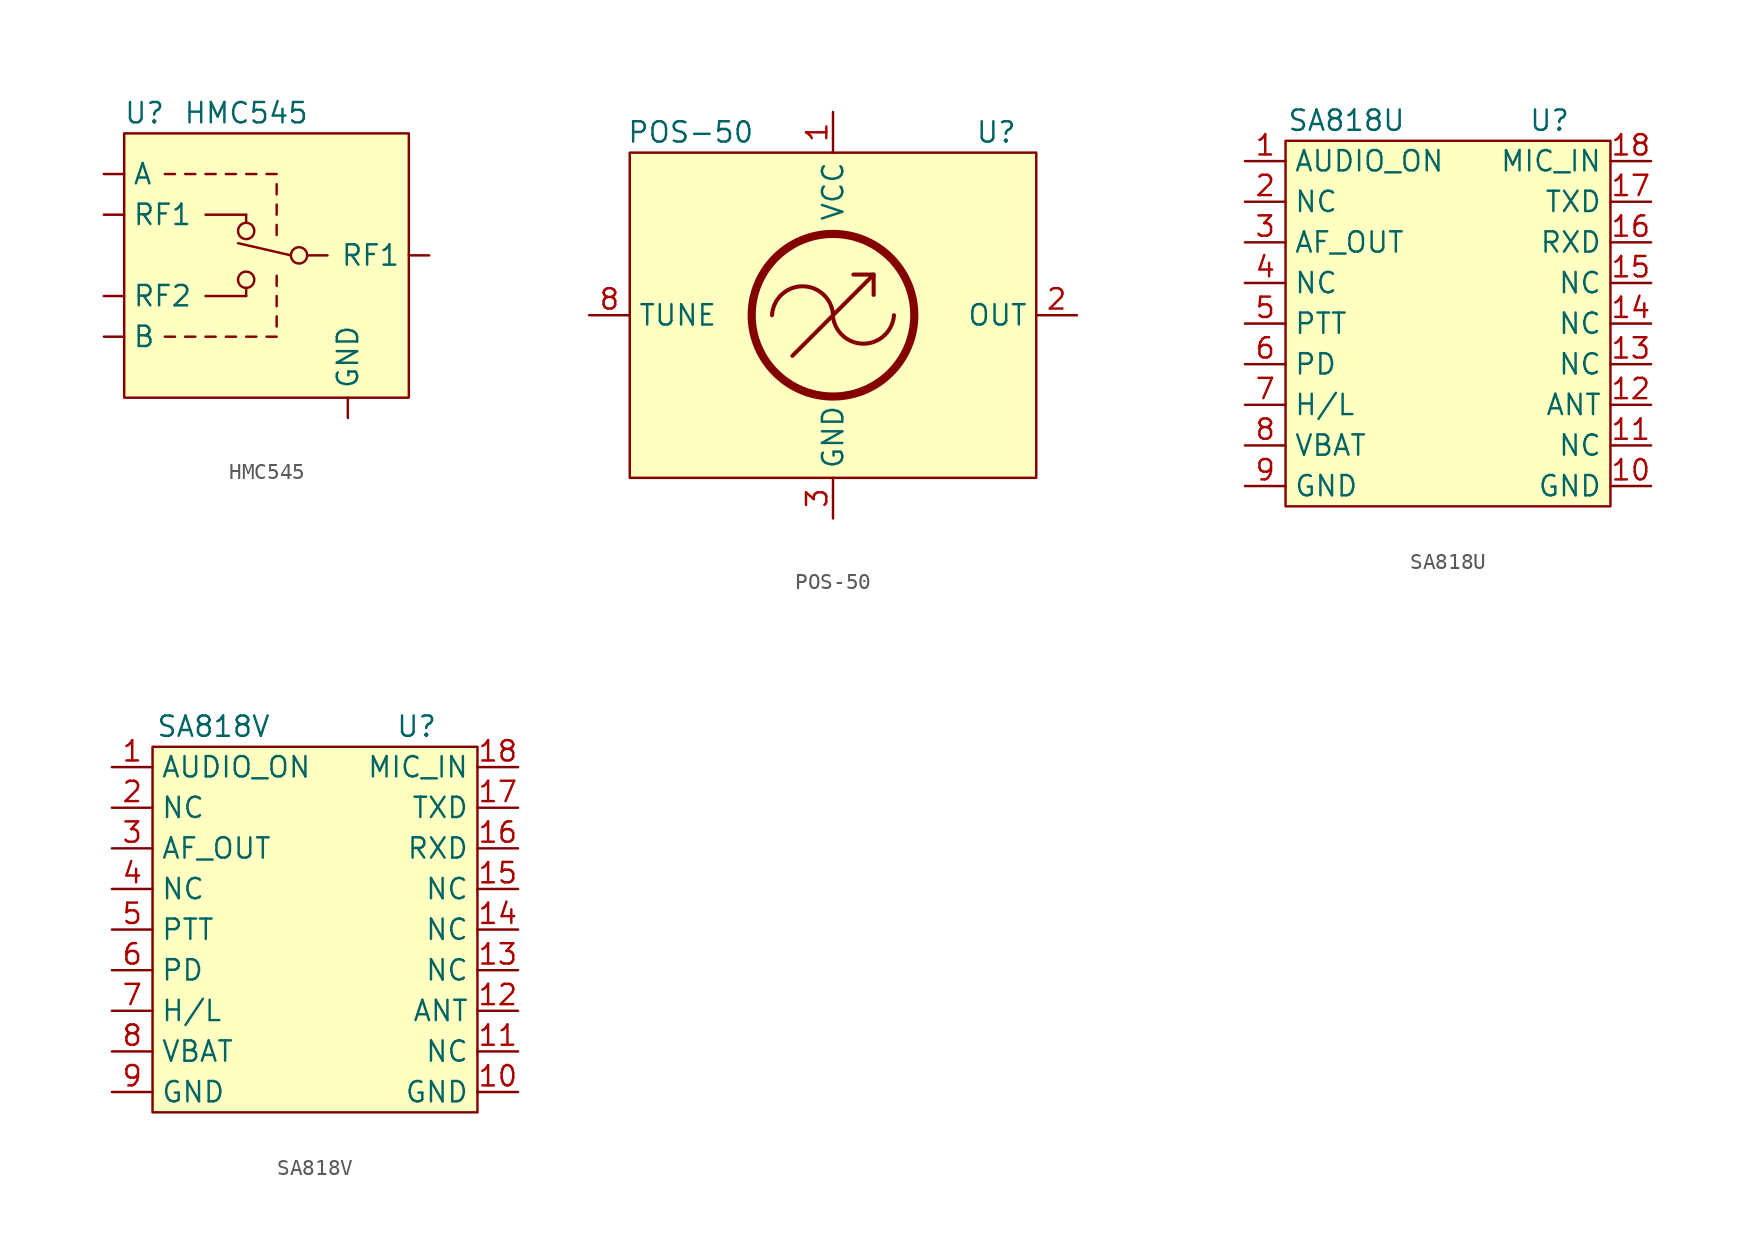
<source format=kicad_sym>
(kicad_symbol_lib
  (version 20211014)
  (generator kicad_symbol_editor)
  (symbol "HMC545"
    (property "Reference" "U"
      (at -7.62 8.89 0)
      (effects (font (size 1.27 1.27))))
    (property "Value" "HMC545"
      (at -1.27 8.89 0)
      (effects (font (size 1.27 1.27))))
    (symbol "HMC545_0_0"
      (text "" (at 2.54 0 0) (effects (font (size 1.27 1.27)))))
    (symbol "HMC545_0_1"
      (rectangle (start -8.89 7.62) (end 8.89 -8.89) (stroke (width 0) (type default) (color 0 0 0 0)) (fill (type background)))
      (circle (center -1.27 -1.524) (radius 0.508) (stroke (width 0) (type default) (color 0 0 0 0)) (fill (type none)))
      (circle (center -1.27 1.524) (radius 0.508) (stroke (width 0) (type default) (color 0 0 0 0)) (fill (type none)))
      (polyline (pts (xy -5.715 -5.08) (xy -6.35 -5.08)) (stroke (width 0) (type default) (color 0 0 0 0)) (fill (type none)))
      (polyline (pts (xy -5.715 5.08) (xy -6.35 5.08)) (stroke (width 0) (type default) (color 0 0 0 0)) (fill (type none)))
      (polyline (pts (xy -4.445 -5.08) (xy -5.08 -5.08)) (stroke (width 0) (type default) (color 0 0 0 0)) (fill (type none)))
      (polyline (pts (xy -4.445 5.08) (xy -5.08 5.08)) (stroke (width 0) (type default) (color 0 0 0 0)) (fill (type none)))
      (polyline (pts (xy -3.81 -5.08) (xy -3.175 -5.08)) (stroke (width 0) (type default) (color 0 0 0 0)) (fill (type none)))
      (polyline (pts (xy -3.81 5.08) (xy -3.175 5.08)) (stroke (width 0) (type default) (color 0 0 0 0)) (fill (type none)))
      (polyline (pts (xy -2.54 -5.08) (xy -1.905 -5.08)) (stroke (width 0) (type default) (color 0 0 0 0)) (fill (type none)))
      (polyline (pts (xy -2.54 5.08) (xy -1.905 5.08)) (stroke (width 0) (type default) (color 0 0 0 0)) (fill (type none)))
      (polyline (pts (xy -1.778 0.762) (xy 1.524 0)) (stroke (width 0) (type default) (color 0 0 0 0)) (fill (type none)))
      (polyline (pts (xy -1.27 -5.08) (xy -0.635 -5.08)) (stroke (width 0) (type default) (color 0 0 0 0)) (fill (type none)))
      (polyline (pts (xy -1.27 -2.54) (xy -3.81 -2.54)) (stroke (width 0) (type default) (color 0 0 0 0)) (fill (type none)))
      (polyline (pts (xy -1.27 -2.54) (xy -1.27 -2.032)) (stroke (width 0) (type default) (color 0 0 0 0)) (fill (type none)))
      (polyline (pts (xy -1.27 2.54) (xy -3.81 2.54)) (stroke (width 0) (type default) (color 0 0 0 0)) (fill (type none)))
      (polyline (pts (xy -1.27 2.54) (xy -1.27 2.032)) (stroke (width 0) (type default) (color 0 0 0 0)) (fill (type none)))
      (polyline (pts (xy -1.27 5.08) (xy -0.635 5.08)) (stroke (width 0) (type default) (color 0 0 0 0)) (fill (type none)))
      (polyline (pts (xy 0 -5.08) (xy 0.635 -5.08)) (stroke (width 0) (type default) (color 0 0 0 0)) (fill (type none)))
      (polyline (pts (xy 0 5.08) (xy 0.635 5.08)) (stroke (width 0) (type default) (color 0 0 0 0)) (fill (type none)))
      (polyline (pts (xy 0.635 -4.445) (xy 0.635 -3.81)) (stroke (width 0) (type default) (color 0 0 0 0)) (fill (type none)))
      (polyline (pts (xy 0.635 -3.175) (xy 0.635 -2.54)) (stroke (width 0) (type default) (color 0 0 0 0)) (fill (type none)))
      (polyline (pts (xy 0.635 -1.905) (xy 0.635 -1.27)) (stroke (width 0) (type default) (color 0 0 0 0)) (fill (type none)))
      (polyline (pts (xy 0.635 1.905) (xy 0.635 1.27)) (stroke (width 0) (type default) (color 0 0 0 0)) (fill (type none)))
      (polyline (pts (xy 0.635 3.175) (xy 0.635 2.54)) (stroke (width 0) (type default) (color 0 0 0 0)) (fill (type none)))
      (polyline (pts (xy 0.635 4.445) (xy 0.635 3.81)) (stroke (width 0) (type default) (color 0 0 0 0)) (fill (type none)))
      (polyline (pts (xy 2.54 0) (xy 3.81 0)) (stroke (width 0) (type default) (color 0 0 0 0)) (fill (type none)))
      (circle (center 2.032 0) (radius 0.508) (stroke (width 0) (type default) (color 0 0 0 0)) (fill (type none))))
    (symbol "HMC545_1_1"
      (pin input line (at -10.16 5.08 0) (length 1.27) (name "A" (effects (font (size 1.27 1.27)))) (number "" (effects (font (size 1.27 1.27)))))
      (pin input line (at -10.16 -5.08 0) (length 1.27) (name "B" (effects (font (size 1.27 1.27)))) (number "" (effects (font (size 1.27 1.27)))))
      (pin input line (at 5.08 -10.16 90) (length 1.27) (name "GND" (effects (font (size 1.27 1.27)))) (number "" (effects (font (size 1.27 1.27)))))
      (pin input line (at -10.16 2.54 0) (length 1.27) (name "RF1" (effects (font (size 1.27 1.27)))) (number "" (effects (font (size 1.27 1.27)))))
      (pin input line (at 10.16 0 180) (length 1.27) (name "RF1" (effects (font (size 1.27 1.27)))) (number "" (effects (font (size 1.27 1.27)))))
      (pin input line (at -10.16 -2.54 0) (length 1.27) (name "RF2" (effects (font (size 1.27 1.27)))) (number "" (effects (font (size 1.27 1.27)))))))
  (symbol "POS-50"
    (property "Reference" "U"
      (at 8.89 11.43 0)
      (effects (font (size 1.27 1.27)) (justify left)))
    (property "Value" "POS-50"
      (at -8.89 11.43 0)
      (effects (font (size 1.27 1.27))))
    (symbol "POS-50_0_1"
      (rectangle (start -12.7 10.16) (end 12.7 -10.16) (stroke (width 0) (type default) (color 0 0 0 0)) (fill (type background)))
      (arc (start 0 -0.0829) (mid 1.9428 -1.7782) (end 3.81 0) (stroke (width 0.254) (type default) (color 0 0 0 0)) (fill (type none)))
      (polyline (pts (xy -2.54 -2.54) (xy 2.54 2.54)) (stroke (width 0.254) (type default) (color 0 0 0 0)) (fill (type none)))
      (polyline (pts (xy 2.54 1.27) (xy 2.54 2.54) (xy 1.27 2.54)) (stroke (width 0.254) (type default) (color 0 0 0 0)) (fill (type none)))
      (circle (center 0 0) (radius 5.08) (stroke (width 0.508) (type default) (color 0 0 0 0)) (fill (type none)))
      (arc (start 0 0.0829) (mid -1.9434 1.8064) (end -3.81 0) (stroke (width 0.254) (type default) (color 0 0 0 0)) (fill (type none))))
    (symbol "POS-50_1_1"
      (pin power_in line (at 0 12.7 270) (length 2.54) (name "VCC" (effects (font (size 1.27 1.27)))) (number "1" (effects (font (size 1.27 1.27)))))
      (pin output line (at 15.24 0 180) (length 2.54) (name "OUT" (effects (font (size 1.27 1.27)))) (number "2" (effects (font (size 1.27 1.27)))))
      (pin power_in line (at 0 -12.7 90) (length 2.54) (name "GND" (effects (font (size 1.27 1.27)))) (number "3" (effects (font (size 1.27 1.27)))))
      (pin power_in line (at 0 -12.7 90) (length 2.54) hide (name "GND" (effects (font (size 1.27 1.27)))) (number "4" (effects (font (size 1.27 1.27)))))
      (pin power_in line (at 0 -12.7 90) (length 2.54) hide (name "GND" (effects (font (size 1.27 1.27)))) (number "5" (effects (font (size 1.27 1.27)))))
      (pin power_in line (at 0 -12.7 90) (length 2.54) hide (name "GND" (effects (font (size 1.27 1.27)))) (number "6" (effects (font (size 1.27 1.27)))))
      (pin power_in line (at 0 -12.7 90) (length 2.54) hide (name "GND" (effects (font (size 1.27 1.27)))) (number "7" (effects (font (size 1.27 1.27)))))
      (pin input line (at -15.24 0 0) (length 2.54) (name "TUNE" (effects (font (size 1.27 1.27)))) (number "8" (effects (font (size 1.27 1.27)))))))
  (symbol "SA818U"
    (property "Reference" "U"
      (at 6.35 12.7 0)
      (effects (font (size 1.27 1.27))))
    (property "Value" "SA818U"
      (at -6.35 12.7 0)
      (effects (font (size 1.27 1.27))))
    (symbol "SA818U_0_1"
      (rectangle (start -10.16 -11.43) (end 10.16 11.43) (stroke (width 0) (type default) (color 0 0 0 0)) (fill (type background))))
    (symbol "SA818U_1_1"
      (pin input line (at -12.7 10.16 0) (length 2.54) (name "AUDIO_ON" (effects (font (size 1.27 1.27)))) (number "1" (effects (font (size 1.27 1.27)))))
      (pin input line (at 12.7 -10.16 180) (length 2.54) (name "GND" (effects (font (size 1.27 1.27)))) (number "10" (effects (font (size 1.27 1.27)))))
      (pin input line (at 12.7 -7.62 180) (length 2.54) (name "NC" (effects (font (size 1.27 1.27)))) (number "11" (effects (font (size 1.27 1.27)))))
      (pin input line (at 12.7 -5.08 180) (length 2.54) (name "ANT" (effects (font (size 1.27 1.27)))) (number "12" (effects (font (size 1.27 1.27)))))
      (pin input line (at 12.7 -2.54 180) (length 2.54) (name "NC" (effects (font (size 1.27 1.27)))) (number "13" (effects (font (size 1.27 1.27)))))
      (pin input line (at 12.7 0 180) (length 2.54) (name "NC" (effects (font (size 1.27 1.27)))) (number "14" (effects (font (size 1.27 1.27)))))
      (pin input line (at 12.7 2.54 180) (length 2.54) (name "NC" (effects (font (size 1.27 1.27)))) (number "15" (effects (font (size 1.27 1.27)))))
      (pin input line (at 12.7 5.08 180) (length 2.54) (name "RXD" (effects (font (size 1.27 1.27)))) (number "16" (effects (font (size 1.27 1.27)))))
      (pin input line (at 12.7 7.62 180) (length 2.54) (name "TXD" (effects (font (size 1.27 1.27)))) (number "17" (effects (font (size 1.27 1.27)))))
      (pin input line (at 12.7 10.16 180) (length 2.54) (name "MIC_IN" (effects (font (size 1.27 1.27)))) (number "18" (effects (font (size 1.27 1.27)))))
      (pin input line (at -12.7 7.62 0) (length 2.54) (name "NC" (effects (font (size 1.27 1.27)))) (number "2" (effects (font (size 1.27 1.27)))))
      (pin input line (at -12.7 5.08 0) (length 2.54) (name "AF_OUT" (effects (font (size 1.27 1.27)))) (number "3" (effects (font (size 1.27 1.27)))))
      (pin input line (at -12.7 2.54 0) (length 2.54) (name "NC" (effects (font (size 1.27 1.27)))) (number "4" (effects (font (size 1.27 1.27)))))
      (pin input line (at -12.7 0 0) (length 2.54) (name "PTT" (effects (font (size 1.27 1.27)))) (number "5" (effects (font (size 1.27 1.27)))))
      (pin input line (at -12.7 -2.54 0) (length 2.54) (name "PD" (effects (font (size 1.27 1.27)))) (number "6" (effects (font (size 1.27 1.27)))))
      (pin input line (at -12.7 -5.08 0) (length 2.54) (name "H/L" (effects (font (size 1.27 1.27)))) (number "7" (effects (font (size 1.27 1.27)))))
      (pin input line (at -12.7 -7.62 0) (length 2.54) (name "VBAT" (effects (font (size 1.27 1.27)))) (number "8" (effects (font (size 1.27 1.27)))))
      (pin input line (at -12.7 -10.16 0) (length 2.54) (name "GND" (effects (font (size 1.27 1.27)))) (number "9" (effects (font (size 1.27 1.27)))))))
  (symbol "SA818V"
    (property "Reference" "U"
      (at 6.35 12.7 0)
      (effects (font (size 1.27 1.27))))
    (property "Value" "SA818V"
      (at -6.35 12.7 0)
      (effects (font (size 1.27 1.27))))
    (symbol "SA818V_0_1"
      (rectangle (start -10.16 -11.43) (end 10.16 11.43) (stroke (width 0) (type default) (color 0 0 0 0)) (fill (type background))))
    (symbol "SA818V_1_1"
      (pin input line (at -12.7 10.16 0) (length 2.54) (name "AUDIO_ON" (effects (font (size 1.27 1.27)))) (number "1" (effects (font (size 1.27 1.27)))))
      (pin input line (at 12.7 -10.16 180) (length 2.54) (name "GND" (effects (font (size 1.27 1.27)))) (number "10" (effects (font (size 1.27 1.27)))))
      (pin input line (at 12.7 -7.62 180) (length 2.54) (name "NC" (effects (font (size 1.27 1.27)))) (number "11" (effects (font (size 1.27 1.27)))))
      (pin input line (at 12.7 -5.08 180) (length 2.54) (name "ANT" (effects (font (size 1.27 1.27)))) (number "12" (effects (font (size 1.27 1.27)))))
      (pin input line (at 12.7 -2.54 180) (length 2.54) (name "NC" (effects (font (size 1.27 1.27)))) (number "13" (effects (font (size 1.27 1.27)))))
      (pin input line (at 12.7 0 180) (length 2.54) (name "NC" (effects (font (size 1.27 1.27)))) (number "14" (effects (font (size 1.27 1.27)))))
      (pin input line (at 12.7 2.54 180) (length 2.54) (name "NC" (effects (font (size 1.27 1.27)))) (number "15" (effects (font (size 1.27 1.27)))))
      (pin input line (at 12.7 5.08 180) (length 2.54) (name "RXD" (effects (font (size 1.27 1.27)))) (number "16" (effects (font (size 1.27 1.27)))))
      (pin input line (at 12.7 7.62 180) (length 2.54) (name "TXD" (effects (font (size 1.27 1.27)))) (number "17" (effects (font (size 1.27 1.27)))))
      (pin input line (at 12.7 10.16 180) (length 2.54) (name "MIC_IN" (effects (font (size 1.27 1.27)))) (number "18" (effects (font (size 1.27 1.27)))))
      (pin input line (at -12.7 7.62 0) (length 2.54) (name "NC" (effects (font (size 1.27 1.27)))) (number "2" (effects (font (size 1.27 1.27)))))
      (pin input line (at -12.7 5.08 0) (length 2.54) (name "AF_OUT" (effects (font (size 1.27 1.27)))) (number "3" (effects (font (size 1.27 1.27)))))
      (pin input line (at -12.7 2.54 0) (length 2.54) (name "NC" (effects (font (size 1.27 1.27)))) (number "4" (effects (font (size 1.27 1.27)))))
      (pin input line (at -12.7 0 0) (length 2.54) (name "PTT" (effects (font (size 1.27 1.27)))) (number "5" (effects (font (size 1.27 1.27)))))
      (pin input line (at -12.7 -2.54 0) (length 2.54) (name "PD" (effects (font (size 1.27 1.27)))) (number "6" (effects (font (size 1.27 1.27)))))
      (pin input line (at -12.7 -5.08 0) (length 2.54) (name "H/L" (effects (font (size 1.27 1.27)))) (number "7" (effects (font (size 1.27 1.27)))))
      (pin input line (at -12.7 -7.62 0) (length 2.54) (name "VBAT" (effects (font (size 1.27 1.27)))) (number "8" (effects (font (size 1.27 1.27)))))
      (pin input line (at -12.7 -10.16 0) (length 2.54) (name "GND" (effects (font (size 1.27 1.27)))) (number "9" (effects (font (size 1.27 1.27))))))))
</source>
